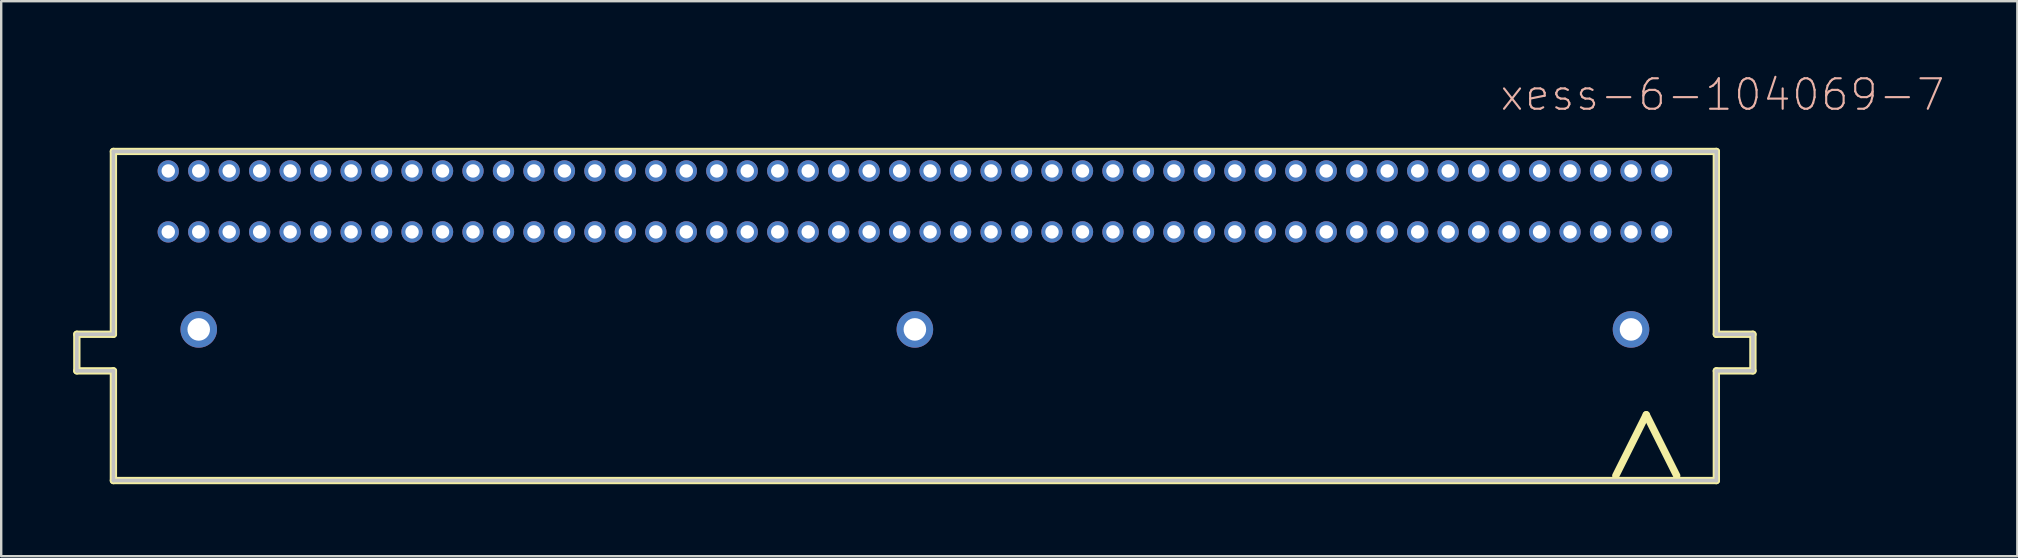
<source format=kicad_pcb>
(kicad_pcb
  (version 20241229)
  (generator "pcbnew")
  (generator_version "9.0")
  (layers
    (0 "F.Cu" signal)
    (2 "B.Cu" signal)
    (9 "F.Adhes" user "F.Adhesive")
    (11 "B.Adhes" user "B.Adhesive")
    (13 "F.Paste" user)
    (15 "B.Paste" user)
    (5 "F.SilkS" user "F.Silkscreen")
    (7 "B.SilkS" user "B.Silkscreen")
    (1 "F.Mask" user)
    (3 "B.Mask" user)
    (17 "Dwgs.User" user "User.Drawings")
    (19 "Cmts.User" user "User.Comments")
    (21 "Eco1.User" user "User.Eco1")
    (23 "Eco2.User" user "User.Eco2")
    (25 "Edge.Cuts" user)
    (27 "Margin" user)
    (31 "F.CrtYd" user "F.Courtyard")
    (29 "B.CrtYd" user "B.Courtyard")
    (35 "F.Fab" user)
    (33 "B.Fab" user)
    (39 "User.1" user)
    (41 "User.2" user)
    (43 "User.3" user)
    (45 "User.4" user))
  (footprint "xess-6-104069-7"
    (layer "F.Cu")
    (at 35.077 4.074)
    (property "Reference" "xess-6-104069-7" (at 33.655 -3.175 0) (layer "B.SilkS") (effects (font (size 1.27 1.27) (thickness 0.089))))
    (attr exclude_from_pos_files exclude_from_bom)
    (fp_line (start -34.925 6.807) (end -34.925 8.331) (stroke (width 0.305) (type solid)) (layer "F.SilkS"))
    (fp_line (start -34.925 8.331) (end -33.401 8.331) (stroke (width 0.305) (type solid)) (layer "F.SilkS"))
    (fp_line (start -33.401 -0.813) (end -33.401 6.807) (stroke (width 0.305) (type solid)) (layer "F.SilkS"))
    (fp_line (start -33.401 6.807) (end -34.925 6.807) (stroke (width 0.305) (type solid)) (layer "F.SilkS"))
    (fp_line (start -33.401 8.331) (end -33.401 12.903) (stroke (width 0.305) (type solid)) (layer "F.SilkS"))
    (fp_line (start -33.401 12.903) (end 33.401 12.903) (stroke (width 0.305) (type solid)) (layer "F.SilkS"))
    (fp_line (start 29.21 12.7) (end 30.48 10.16) (stroke (width 0.305) (type solid)) (layer "F.SilkS"))
    (fp_line (start 30.48 10.16) (end 31.75 12.7) (stroke (width 0.305) (type solid)) (layer "F.SilkS"))
    (fp_line (start 33.401 -0.813) (end -33.401 -0.813) (stroke (width 0.305) (type solid)) (layer "F.SilkS"))
    (fp_line (start 33.401 6.807) (end 33.401 -0.813) (stroke (width 0.305) (type solid)) (layer "F.SilkS"))
    (fp_line (start 33.401 8.331) (end 34.925 8.331) (stroke (width 0.305) (type solid)) (layer "F.SilkS"))
    (fp_line (start 33.401 12.903) (end 33.401 8.331) (stroke (width 0.305) (type solid)) (layer "F.SilkS"))
    (fp_line (start 34.925 6.807) (end 33.401 6.807) (stroke (width 0.305) (type solid)) (layer "F.SilkS"))
    (fp_line (start 34.925 8.331) (end 34.925 6.807) (stroke (width 0.305) (type solid)) (layer "F.SilkS"))
    (fp_line (start -34.925 6.807) (end -34.925 8.331) (stroke (width 0.15) (type solid)) (layer "Dwgs.User"))
    (fp_line (start -34.925 8.331) (end -33.401 8.331) (stroke (width 0.15) (type solid)) (layer "Dwgs.User"))
    (fp_line (start -33.401 -0.813) (end -33.401 6.807) (stroke (width 0.15) (type solid)) (layer "Dwgs.User"))
    (fp_line (start -33.401 6.807) (end -34.925 6.807) (stroke (width 0.15) (type solid)) (layer "Dwgs.User"))
    (fp_line (start -33.401 8.331) (end -33.401 12.903) (stroke (width 0.15) (type solid)) (layer "Dwgs.User"))
    (fp_line (start -33.401 12.903) (end 33.401 12.903) (stroke (width 0.15) (type solid)) (layer "Dwgs.User"))
    (fp_line (start 33.401 -0.813) (end -33.401 -0.813) (stroke (width 0.15) (type solid)) (layer "Dwgs.User"))
    (fp_line (start 33.401 6.807) (end 33.401 -0.813) (stroke (width 0.15) (type solid)) (layer "Dwgs.User"))
    (fp_line (start 33.401 8.331) (end 34.925 8.331) (stroke (width 0.15) (type solid)) (layer "Dwgs.User"))
    (fp_line (start 33.401 12.903) (end 33.401 8.331) (stroke (width 0.15) (type solid)) (layer "Dwgs.User"))
    (fp_line (start 34.925 6.807) (end 33.401 6.807) (stroke (width 0.15) (type solid)) (layer "Dwgs.User"))
    (fp_line (start 34.925 8.331) (end 34.925 6.807) (stroke (width 0.15) (type solid)) (layer "Dwgs.User"))
    (pad "1" thru_hole circle (at 31.115 0) (size 0.889 0.889) (drill 0.559) (layers "*.Cu" "*.Mask"))
    (pad "2" thru_hole circle (at 31.115 2.54) (size 0.889 0.889) (drill 0.559) (layers "*.Cu" "*.Mask"))
    (pad "3" thru_hole circle (at 29.845 0) (size 0.889 0.889) (drill 0.559) (layers "*.Cu" "*.Mask"))
    (pad "4" thru_hole circle (at 29.845 2.54) (size 0.889 0.889) (drill 0.559) (layers "*.Cu" "*.Mask"))
    (pad "5" thru_hole circle (at 28.575 0) (size 0.889 0.889) (drill 0.559) (layers "*.Cu" "*.Mask"))
    (pad "6" thru_hole circle (at 28.575 2.54) (size 0.889 0.889) (drill 0.559) (layers "*.Cu" "*.Mask"))
    (pad "7" thru_hole circle (at 27.305 0) (size 0.889 0.889) (drill 0.559) (layers "*.Cu" "*.Mask"))
    (pad "8" thru_hole circle (at 27.305 2.54) (size 0.889 0.889) (drill 0.559) (layers "*.Cu" "*.Mask"))
    (pad "9" thru_hole circle (at 26.035 0) (size 0.889 0.889) (drill 0.559) (layers "*.Cu" "*.Mask"))
    (pad "10" thru_hole circle (at 26.035 2.54) (size 0.889 0.889) (drill 0.559) (layers "*.Cu" "*.Mask"))
    (pad "11" thru_hole circle (at 24.765 0) (size 0.889 0.889) (drill 0.559) (layers "*.Cu" "*.Mask"))
    (pad "12" thru_hole circle (at 24.765 2.54) (size 0.889 0.889) (drill 0.559) (layers "*.Cu" "*.Mask"))
    (pad "13" thru_hole circle (at 23.495 0) (size 0.889 0.889) (drill 0.559) (layers "*.Cu" "*.Mask"))
    (pad "14" thru_hole circle (at 23.495 2.54) (size 0.889 0.889) (drill 0.559) (layers "*.Cu" "*.Mask"))
    (pad "15" thru_hole circle (at 22.225 0) (size 0.889 0.889) (drill 0.559) (layers "*.Cu" "*.Mask"))
    (pad "16" thru_hole circle (at 22.225 2.54) (size 0.889 0.889) (drill 0.559) (layers "*.Cu" "*.Mask"))
    (pad "17" thru_hole circle (at 20.955 0) (size 0.889 0.889) (drill 0.559) (layers "*.Cu" "*.Mask"))
    (pad "18" thru_hole circle (at 20.955 2.54) (size 0.889 0.889) (drill 0.559) (layers "*.Cu" "*.Mask"))
    (pad "19" thru_hole circle (at 19.685 0) (size 0.889 0.889) (drill 0.559) (layers "*.Cu" "*.Mask"))
    (pad "20" thru_hole circle (at 19.685 2.54) (size 0.889 0.889) (drill 0.559) (layers "*.Cu" "*.Mask"))
    (pad "21" thru_hole circle (at 18.415 0) (size 0.889 0.889) (drill 0.559) (layers "*.Cu" "*.Mask"))
    (pad "22" thru_hole circle (at 18.415 2.54) (size 0.889 0.889) (drill 0.559) (layers "*.Cu" "*.Mask"))
    (pad "23" thru_hole circle (at 17.145 0) (size 0.889 0.889) (drill 0.559) (layers "*.Cu" "*.Mask"))
    (pad "24" thru_hole circle (at 17.145 2.54) (size 0.889 0.889) (drill 0.559) (layers "*.Cu" "*.Mask"))
    (pad "25" thru_hole circle (at 15.875 0) (size 0.889 0.889) (drill 0.559) (layers "*.Cu" "*.Mask"))
    (pad "26" thru_hole circle (at 15.875 2.54) (size 0.889 0.889) (drill 0.559) (layers "*.Cu" "*.Mask"))
    (pad "27" thru_hole circle (at 14.605 0) (size 0.889 0.889) (drill 0.559) (layers "*.Cu" "*.Mask"))
    (pad "28" thru_hole circle (at 14.605 2.54) (size 0.889 0.889) (drill 0.559) (layers "*.Cu" "*.Mask"))
    (pad "29" thru_hole circle (at 13.335 0) (size 0.889 0.889) (drill 0.559) (layers "*.Cu" "*.Mask"))
    (pad "30" thru_hole circle (at 13.335 2.54) (size 0.889 0.889) (drill 0.559) (layers "*.Cu" "*.Mask"))
    (pad "31" thru_hole circle (at 12.065 0) (size 0.889 0.889) (drill 0.559) (layers "*.Cu" "*.Mask"))
    (pad "32" thru_hole circle (at 12.065 2.54) (size 0.889 0.889) (drill 0.559) (layers "*.Cu" "*.Mask"))
    (pad "33" thru_hole circle (at 10.795 0) (size 0.889 0.889) (drill 0.559) (layers "*.Cu" "*.Mask"))
    (pad "34" thru_hole circle (at 10.795 2.54) (size 0.889 0.889) (drill 0.559) (layers "*.Cu" "*.Mask"))
    (pad "35" thru_hole circle (at 9.525 0) (size 0.889 0.889) (drill 0.559) (layers "*.Cu" "*.Mask"))
    (pad "36" thru_hole circle (at 9.525 2.54) (size 0.889 0.889) (drill 0.559) (layers "*.Cu" "*.Mask"))
    (pad "37" thru_hole circle (at 8.255 0) (size 0.889 0.889) (drill 0.559) (layers "*.Cu" "*.Mask"))
    (pad "38" thru_hole circle (at 8.255 2.54) (size 0.889 0.889) (drill 0.559) (layers "*.Cu" "*.Mask"))
    (pad "39" thru_hole circle (at 6.985 0) (size 0.889 0.889) (drill 0.559) (layers "*.Cu" "*.Mask"))
    (pad "40" thru_hole circle (at 6.985 2.54) (size 0.889 0.889) (drill 0.559) (layers "*.Cu" "*.Mask"))
    (pad "41" thru_hole circle (at 5.715 0) (size 0.889 0.889) (drill 0.559) (layers "*.Cu" "*.Mask"))
    (pad "42" thru_hole circle (at 5.715 2.54) (size 0.889 0.889) (drill 0.559) (layers "*.Cu" "*.Mask"))
    (pad "43" thru_hole circle (at 4.445 0) (size 0.889 0.889) (drill 0.559) (layers "*.Cu" "*.Mask"))
    (pad "44" thru_hole circle (at 4.445 2.54) (size 0.889 0.889) (drill 0.559) (layers "*.Cu" "*.Mask"))
    (pad "45" thru_hole circle (at 3.175 0) (size 0.889 0.889) (drill 0.559) (layers "*.Cu" "*.Mask"))
    (pad "46" thru_hole circle (at 3.175 2.54) (size 0.889 0.889) (drill 0.559) (layers "*.Cu" "*.Mask"))
    (pad "47" thru_hole circle (at 1.905 0) (size 0.889 0.889) (drill 0.559) (layers "*.Cu" "*.Mask"))
    (pad "48" thru_hole circle (at 1.905 2.54) (size 0.889 0.889) (drill 0.559) (layers "*.Cu" "*.Mask"))
    (pad "49" thru_hole circle (at 0.635 0) (size 0.889 0.889) (drill 0.559) (layers "*.Cu" "*.Mask"))
    (pad "50" thru_hole circle (at 0.635 2.54) (size 0.889 0.889) (drill 0.559) (layers "*.Cu" "*.Mask"))
    (pad "51" thru_hole circle (at -0.635 0) (size 0.889 0.889) (drill 0.559) (layers "*.Cu" "*.Mask"))
    (pad "52" thru_hole circle (at -0.635 2.54) (size 0.889 0.889) (drill 0.559) (layers "*.Cu" "*.Mask"))
    (pad "53" thru_hole circle (at -1.905 0) (size 0.889 0.889) (drill 0.559) (layers "*.Cu" "*.Mask"))
    (pad "54" thru_hole circle (at -1.905 2.54) (size 0.889 0.889) (drill 0.559) (layers "*.Cu" "*.Mask"))
    (pad "55" thru_hole circle (at -3.175 0) (size 0.889 0.889) (drill 0.559) (layers "*.Cu" "*.Mask"))
    (pad "56" thru_hole circle (at -3.175 2.54) (size 0.889 0.889) (drill 0.559) (layers "*.Cu" "*.Mask"))
    (pad "57" thru_hole circle (at -4.445 0) (size 0.889 0.889) (drill 0.559) (layers "*.Cu" "*.Mask"))
    (pad "58" thru_hole circle (at -4.445 2.54) (size 0.889 0.889) (drill 0.559) (layers "*.Cu" "*.Mask"))
    (pad "59" thru_hole circle (at -5.715 0) (size 0.889 0.889) (drill 0.559) (layers "*.Cu" "*.Mask"))
    (pad "60" thru_hole circle (at -5.715 2.54) (size 0.889 0.889) (drill 0.559) (layers "*.Cu" "*.Mask"))
    (pad "61" thru_hole circle (at -6.985 0) (size 0.889 0.889) (drill 0.559) (layers "*.Cu" "*.Mask"))
    (pad "62" thru_hole circle (at -6.985 2.54) (size 0.889 0.889) (drill 0.559) (layers "*.Cu" "*.Mask"))
    (pad "63" thru_hole circle (at -8.255 0) (size 0.889 0.889) (drill 0.559) (layers "*.Cu" "*.Mask"))
    (pad "64" thru_hole circle (at -8.255 2.54) (size 0.889 0.889) (drill 0.559) (layers "*.Cu" "*.Mask"))
    (pad "65" thru_hole circle (at -9.525 0) (size 0.889 0.889) (drill 0.559) (layers "*.Cu" "*.Mask"))
    (pad "66" thru_hole circle (at -9.525 2.54) (size 0.889 0.889) (drill 0.559) (layers "*.Cu" "*.Mask"))
    (pad "67" thru_hole circle (at -10.795 0) (size 0.889 0.889) (drill 0.559) (layers "*.Cu" "*.Mask"))
    (pad "68" thru_hole circle (at -10.795 2.54) (size 0.889 0.889) (drill 0.559) (layers "*.Cu" "*.Mask"))
    (pad "69" thru_hole circle (at -12.065 0) (size 0.889 0.889) (drill 0.559) (layers "*.Cu" "*.Mask"))
    (pad "70" thru_hole circle (at -12.065 2.54) (size 0.889 0.889) (drill 0.559) (layers "*.Cu" "*.Mask"))
    (pad "71" thru_hole circle (at -13.335 0) (size 0.889 0.889) (drill 0.559) (layers "*.Cu" "*.Mask"))
    (pad "72" thru_hole circle (at -13.335 2.54) (size 0.889 0.889) (drill 0.559) (layers "*.Cu" "*.Mask"))
    (pad "73" thru_hole circle (at -14.605 0) (size 0.889 0.889) (drill 0.559) (layers "*.Cu" "*.Mask"))
    (pad "74" thru_hole circle (at -14.605 2.54) (size 0.889 0.889) (drill 0.559) (layers "*.Cu" "*.Mask"))
    (pad "75" thru_hole circle (at -15.875 0) (size 0.889 0.889) (drill 0.559) (layers "*.Cu" "*.Mask"))
    (pad "76" thru_hole circle (at -15.875 2.54) (size 0.889 0.889) (drill 0.559) (layers "*.Cu" "*.Mask"))
    (pad "77" thru_hole circle (at -17.145 0) (size 0.889 0.889) (drill 0.559) (layers "*.Cu" "*.Mask"))
    (pad "78" thru_hole circle (at -17.145 2.54) (size 0.889 0.889) (drill 0.559) (layers "*.Cu" "*.Mask"))
    (pad "79" thru_hole circle (at -18.415 0) (size 0.889 0.889) (drill 0.559) (layers "*.Cu" "*.Mask"))
    (pad "80" thru_hole circle (at -18.415 2.54) (size 0.889 0.889) (drill 0.559) (layers "*.Cu" "*.Mask"))
    (pad "81" thru_hole circle (at -19.685 0) (size 0.889 0.889) (drill 0.559) (layers "*.Cu" "*.Mask"))
    (pad "82" thru_hole circle (at -19.685 2.54) (size 0.889 0.889) (drill 0.559) (layers "*.Cu" "*.Mask"))
    (pad "83" thru_hole circle (at -20.955 0) (size 0.889 0.889) (drill 0.559) (layers "*.Cu" "*.Mask"))
    (pad "84" thru_hole circle (at -20.955 2.54) (size 0.889 0.889) (drill 0.559) (layers "*.Cu" "*.Mask"))
    (pad "85" thru_hole circle (at -22.225 0) (size 0.889 0.889) (drill 0.559) (layers "*.Cu" "*.Mask"))
    (pad "86" thru_hole circle (at -22.225 2.54) (size 0.889 0.889) (drill 0.559) (layers "*.Cu" "*.Mask"))
    (pad "87" thru_hole circle (at -23.495 0) (size 0.889 0.889) (drill 0.559) (layers "*.Cu" "*.Mask"))
    (pad "88" thru_hole circle (at -23.495 2.54) (size 0.889 0.889) (drill 0.559) (layers "*.Cu" "*.Mask"))
    (pad "89" thru_hole circle (at -24.765 0) (size 0.889 0.889) (drill 0.559) (layers "*.Cu" "*.Mask"))
    (pad "90" thru_hole circle (at -24.765 2.54) (size 0.889 0.889) (drill 0.559) (layers "*.Cu" "*.Mask"))
    (pad "91" thru_hole circle (at -26.035 0) (size 0.889 0.889) (drill 0.559) (layers "*.Cu" "*.Mask"))
    (pad "92" thru_hole circle (at -26.035 2.54) (size 0.889 0.889) (drill 0.559) (layers "*.Cu" "*.Mask"))
    (pad "93" thru_hole circle (at -27.305 0) (size 0.889 0.889) (drill 0.559) (layers "*.Cu" "*.Mask"))
    (pad "94" thru_hole circle (at -27.305 2.54) (size 0.889 0.889) (drill 0.559) (layers "*.Cu" "*.Mask"))
    (pad "95" thru_hole circle (at -28.575 0) (size 0.889 0.889) (drill 0.559) (layers "*.Cu" "*.Mask"))
    (pad "96" thru_hole circle (at -28.575 2.54) (size 0.889 0.889) (drill 0.559) (layers "*.Cu" "*.Mask"))
    (pad "97" thru_hole circle (at -29.845 0) (size 0.889 0.889) (drill 0.559) (layers "*.Cu" "*.Mask"))
    (pad "98" thru_hole circle (at -29.845 2.54) (size 0.889 0.889) (drill 0.559) (layers "*.Cu" "*.Mask"))
    (pad "99" thru_hole circle (at -31.115 0) (size 0.889 0.889) (drill 0.559) (layers "*.Cu" "*.Mask"))
    (pad "100" thru_hole circle (at -31.115 2.54) (size 0.889 0.889) (drill 0.559) (layers "*.Cu" "*.Mask"))
    (pad "G1" thru_hole circle (at 0 6.604) (size 1.524 1.524) (drill 0.94) (layers "*.Cu" "*.Mask"))
    (pad "G2" thru_hole circle (at 29.845 6.604) (size 1.524 1.524) (drill 0.94) (layers "*.Cu" "*.Mask"))
    (pad "G3" thru_hole circle (at -29.845 6.604) (size 1.524 1.524) (drill 0.94) (layers "*.Cu" "*.Mask")))
  (gr_rect
    (start -3 -3)
    (end 81.022 20.13)
    (stroke (width 0.1) (type default))
    (fill no)
    (layer "Edge.Cuts")))
</source>
